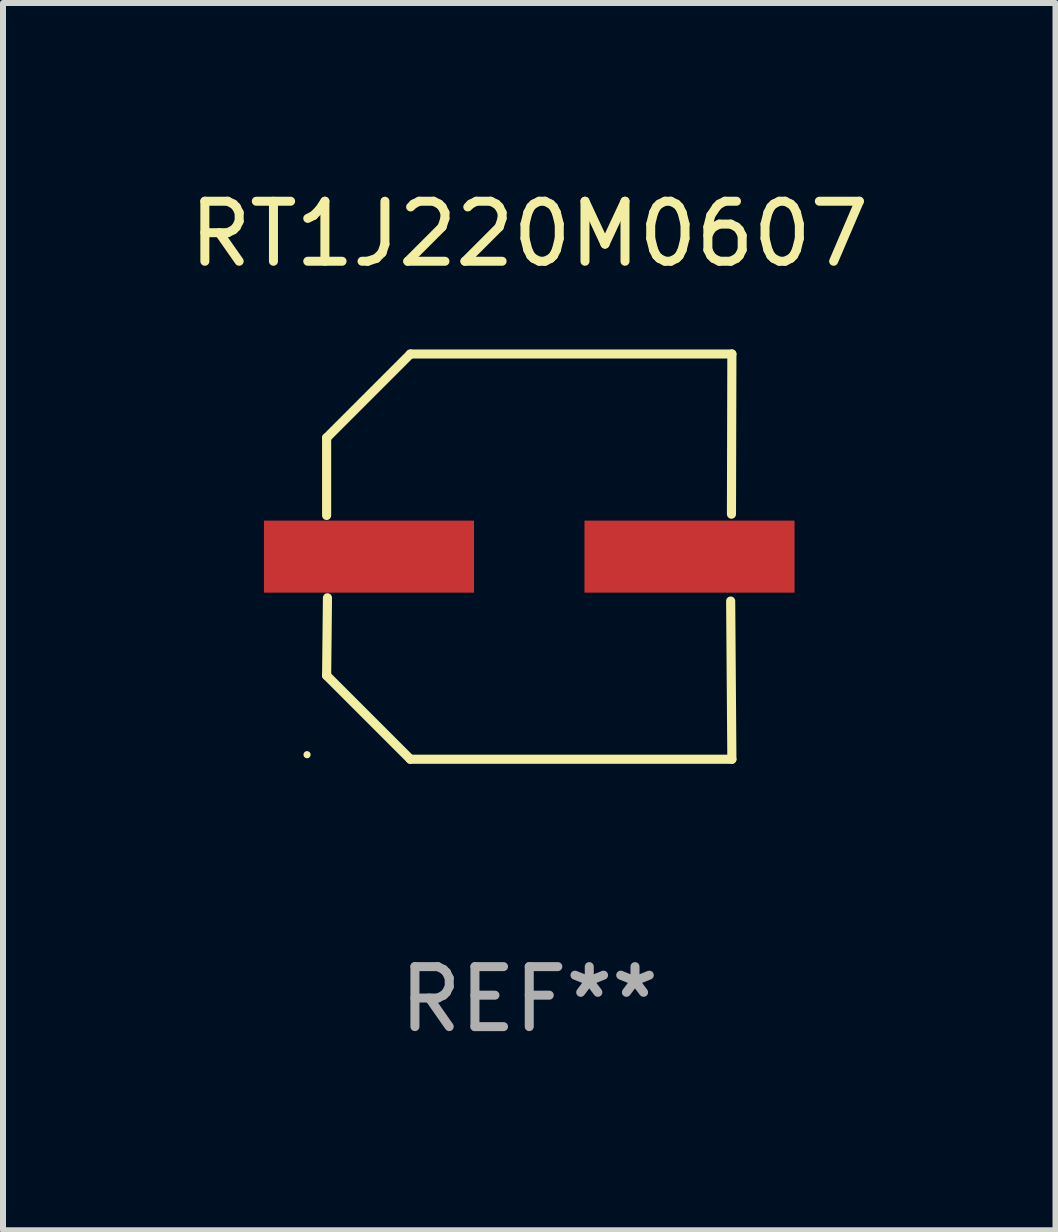
<source format=kicad_pcb>
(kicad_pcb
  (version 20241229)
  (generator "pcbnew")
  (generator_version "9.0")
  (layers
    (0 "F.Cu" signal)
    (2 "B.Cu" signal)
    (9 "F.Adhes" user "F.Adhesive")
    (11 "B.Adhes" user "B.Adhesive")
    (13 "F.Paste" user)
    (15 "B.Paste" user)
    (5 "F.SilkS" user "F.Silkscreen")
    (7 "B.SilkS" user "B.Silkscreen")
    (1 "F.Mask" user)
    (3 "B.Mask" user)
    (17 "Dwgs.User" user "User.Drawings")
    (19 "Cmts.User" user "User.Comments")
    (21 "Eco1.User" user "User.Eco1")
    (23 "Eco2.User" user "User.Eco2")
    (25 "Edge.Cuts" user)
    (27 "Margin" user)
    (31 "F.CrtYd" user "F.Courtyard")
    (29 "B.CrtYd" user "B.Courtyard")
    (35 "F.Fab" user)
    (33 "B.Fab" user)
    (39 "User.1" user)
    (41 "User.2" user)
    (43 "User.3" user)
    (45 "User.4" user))
  (footprint "RT1J220M0607"
    (layer "F.Cu")
    (at 5.768 6.224)
    (property "Reference" "RT1J220M0607" (at 0 -5.376 0) (layer "F.SilkS") (effects (font (size 1 1) (thickness 0.15))))
    (attr through_hole)
    (fp_line (start -3.376 -1.98) (end -3.376 -0.686) (stroke (width 0.152) (type solid)) (layer "F.SilkS"))
    (fp_line (start -3.376 1.981) (end -3.362 0.686) (stroke (width 0.152) (type solid)) (layer "F.SilkS"))
    (fp_line (start -1.981 3.376) (end -3.376 1.981) (stroke (width 0.152) (type solid)) (layer "F.SilkS"))
    (fp_line (start -1.98 -3.376) (end -3.376 -1.98) (stroke (width 0.152) (type solid)) (layer "F.SilkS"))
    (fp_line (start 3.356 0.74) (end 3.376 3.376) (stroke (width 0.152) (type solid)) (layer "F.SilkS"))
    (fp_line (start 3.369 -0.707) (end 3.376 -3.376) (stroke (width 0.152) (type solid)) (layer "F.SilkS"))
    (fp_line (start 3.376 3.376) (end -1.981 3.376) (stroke (width 0.152) (type solid)) (layer "F.SilkS"))
    (fp_line (start 3.376 -3.376) (end -1.98 -3.376) (stroke (width 0.152) (type solid)) (layer "F.SilkS"))
    (fp_circle (center -3.702 3.3) (end -3.672 3.3) (stroke (width 0.06) (type solid)) (fill no) (layer "F.SilkS"))
    (fp_text user "REF**" (at 0 7.376 0) (layer "F.Fab") (effects (font (size 1 1) (thickness 0.15))))
    (pad "1" smd rect (at -2.67 0.000203) (size 3.5 1.2) (layers "F.Cu" "F.Mask" "F.Paste"))
    (pad "2" smd rect (at 2.67 0.000203) (size 3.5 1.2) (layers "F.Cu" "F.Mask" "F.Paste")))
  (gr_rect
    (start -3 -3)
    (end 14.536 17.448)
    (stroke (width 0.1) (type default))
    (fill no)
    (layer "Edge.Cuts")))
</source>
